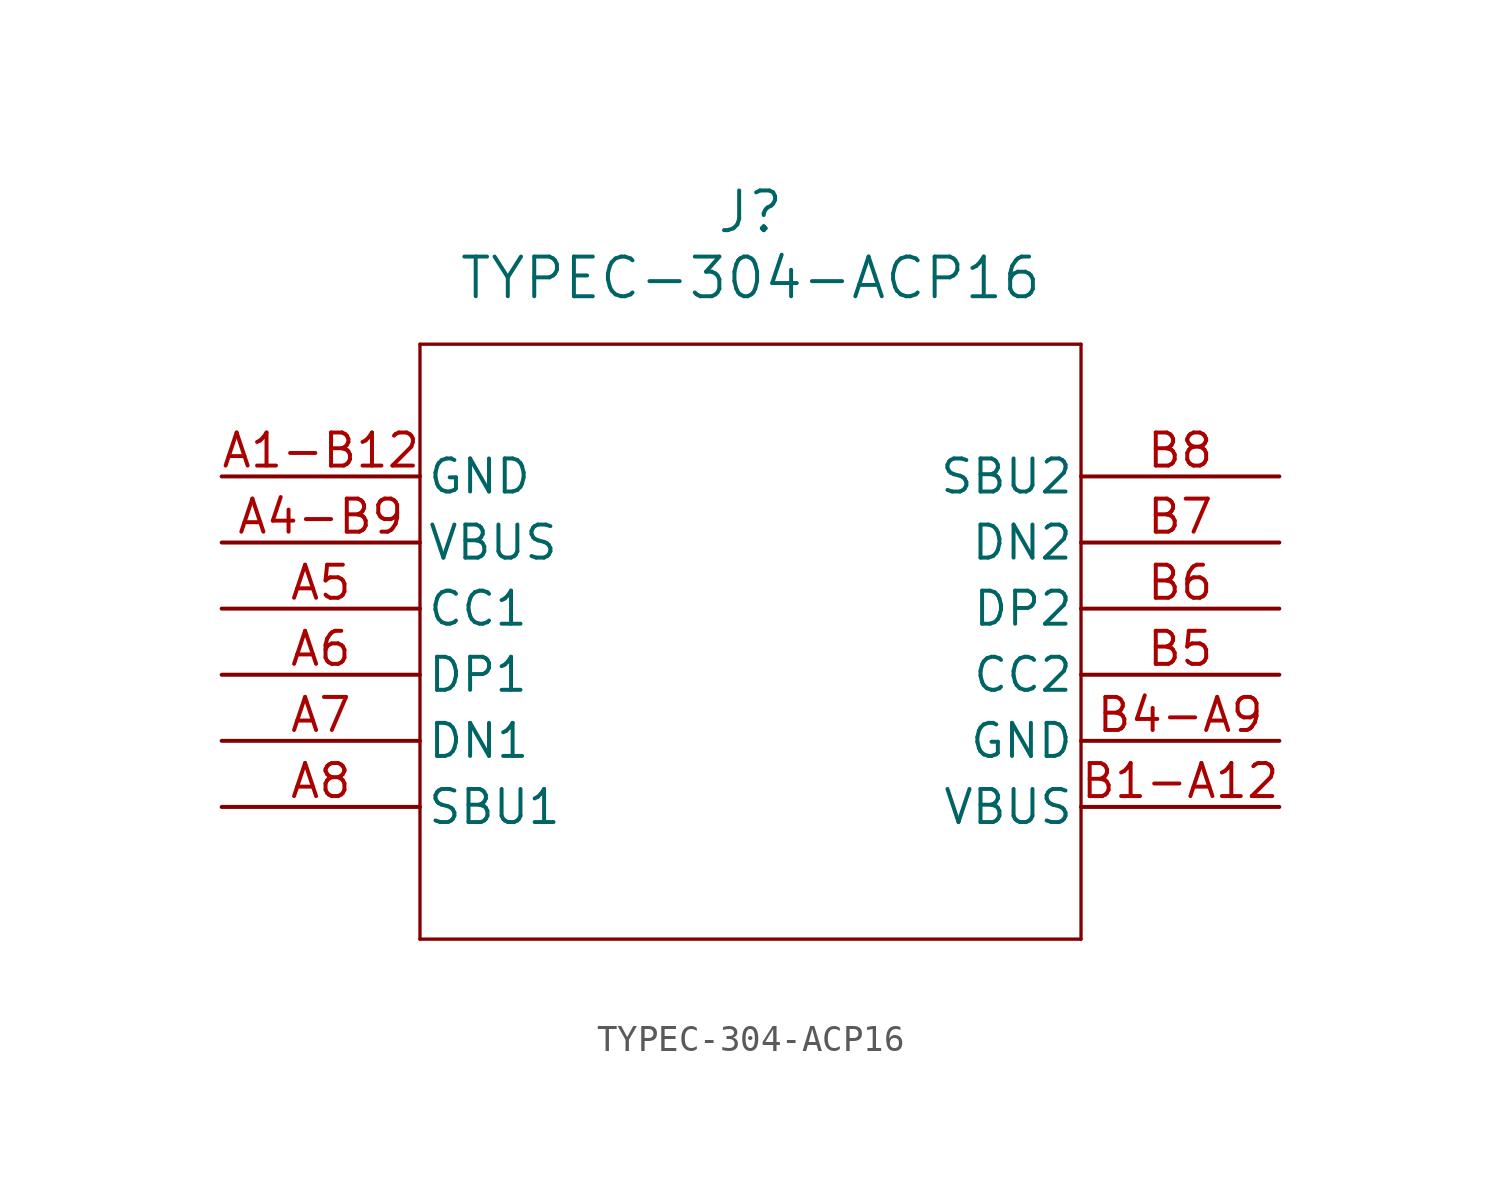
<source format=kicad_sym>
(kicad_symbol_lib
  (version 20211014)
  (generator kicad_symbol_editor)
  (symbol "TYPEC-304-ACP16"
    (pin_names
      (offset 0.254))
    (property "Reference" "J"
      (at 20.32 10.16 0)
      (effects (font (size 1.524 1.524))))
    (property "Value" "TYPEC-304-ACP16"
      (at 20.32 7.62 0)
      (effects (font (size 1.524 1.524))))
    (symbol "TYPEC-304-ACP16_0_1"
      (polyline (pts (xy 7.62 5.08) (xy 7.62 -17.78)) (stroke (width 0.127) (type default) (color 0 0 0 0)) (fill (type none)))
      (polyline (pts (xy 7.62 -17.78) (xy 33.02 -17.78)) (stroke (width 0.127) (type default) (color 0 0 0 0)) (fill (type none)))
      (polyline (pts (xy 33.02 -17.78) (xy 33.02 5.08)) (stroke (width 0.127) (type default) (color 0 0 0 0)) (fill (type none)))
      (polyline (pts (xy 33.02 5.08) (xy 7.62 5.08)) (stroke (width 0.127) (type default) (color 0 0 0 0)) (fill (type none)))
      (pin power_out line (at 0 0 0) (length 7.62) (name "GND" (effects (font (size 1.27 1.27)))) (number "A1-B12" (effects (font (size 1.27 1.27)))))
      (pin power_in line (at 0 -2.54 0) (length 7.62) (name "VBUS" (effects (font (size 1.27 1.27)))) (number "A4-B9" (effects (font (size 1.27 1.27)))))
      (pin bidirectional line (at 0 -5.08 0) (length 7.62) (name "CC1" (effects (font (size 1.27 1.27)))) (number "A5" (effects (font (size 1.27 1.27)))))
      (pin bidirectional line (at 0 -7.62 0) (length 7.62) (name "DP1" (effects (font (size 1.27 1.27)))) (number "A6" (effects (font (size 1.27 1.27)))))
      (pin bidirectional line (at 0 -10.16 0) (length 7.62) (name "DN1" (effects (font (size 1.27 1.27)))) (number "A7" (effects (font (size 1.27 1.27)))))
      (pin bidirectional line (at 0 -12.7 0) (length 7.62) (name "SBU1" (effects (font (size 1.27 1.27)))) (number "A8" (effects (font (size 1.27 1.27)))))
      (pin power_in line (at 40.64 -12.7 180) (length 7.62) (name "VBUS" (effects (font (size 1.27 1.27)))) (number "B1-A12" (effects (font (size 1.27 1.27)))))
      (pin power_out line (at 40.64 -10.16 180) (length 7.62) (name "GND" (effects (font (size 1.27 1.27)))) (number "B4-A9" (effects (font (size 1.27 1.27)))))
      (pin bidirectional line (at 40.64 -7.62 180) (length 7.62) (name "CC2" (effects (font (size 1.27 1.27)))) (number "B5" (effects (font (size 1.27 1.27)))))
      (pin bidirectional line (at 40.64 -5.08 180) (length 7.62) (name "DP2" (effects (font (size 1.27 1.27)))) (number "B6" (effects (font (size 1.27 1.27)))))
      (pin bidirectional line (at 40.64 -2.54 180) (length 7.62) (name "DN2" (effects (font (size 1.27 1.27)))) (number "B7" (effects (font (size 1.27 1.27)))))
      (pin bidirectional line (at 40.64 0 180) (length 7.62) (name "SBU2" (effects (font (size 1.27 1.27)))) (number "B8" (effects (font (size 1.27 1.27))))))))
</source>
